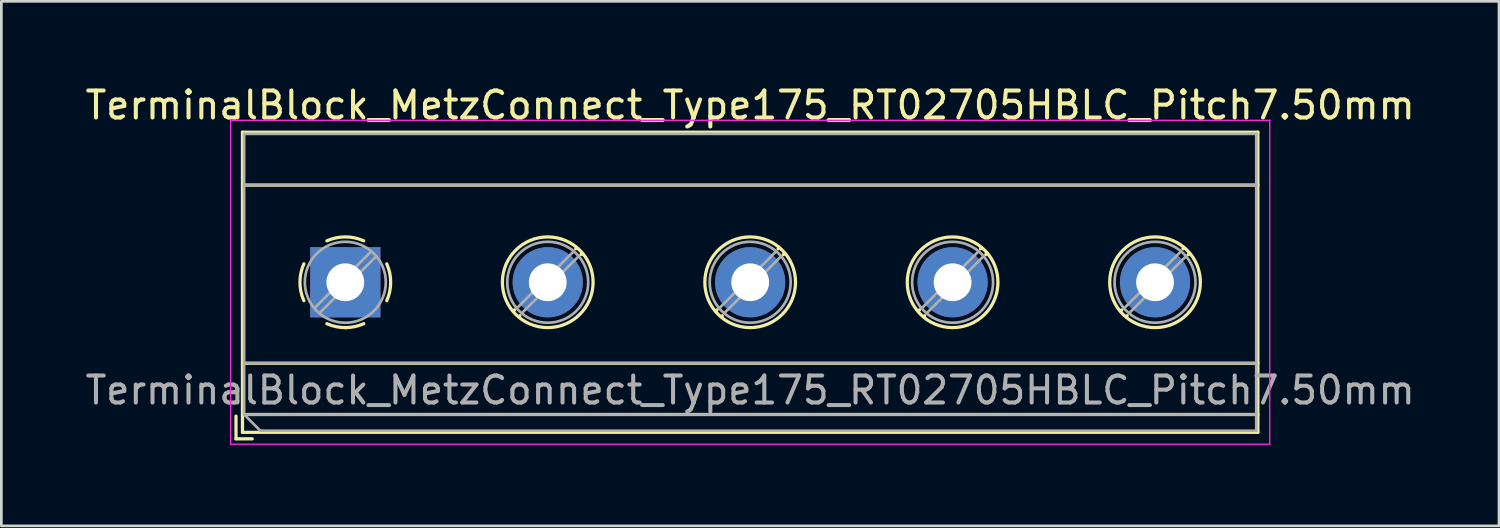
<source format=kicad_pcb>
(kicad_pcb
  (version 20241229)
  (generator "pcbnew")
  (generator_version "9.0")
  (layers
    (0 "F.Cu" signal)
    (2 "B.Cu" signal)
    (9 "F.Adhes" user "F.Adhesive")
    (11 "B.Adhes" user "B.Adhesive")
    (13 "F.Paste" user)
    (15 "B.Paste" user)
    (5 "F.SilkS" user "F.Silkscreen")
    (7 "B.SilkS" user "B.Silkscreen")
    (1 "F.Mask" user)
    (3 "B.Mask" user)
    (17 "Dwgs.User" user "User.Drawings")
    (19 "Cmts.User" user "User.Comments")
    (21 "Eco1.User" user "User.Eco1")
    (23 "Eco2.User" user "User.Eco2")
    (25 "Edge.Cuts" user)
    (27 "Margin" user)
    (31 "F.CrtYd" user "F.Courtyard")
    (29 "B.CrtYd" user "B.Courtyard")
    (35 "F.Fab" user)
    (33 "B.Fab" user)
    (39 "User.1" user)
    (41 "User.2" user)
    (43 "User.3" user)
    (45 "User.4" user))
  (footprint "TerminalBlock_MetzConnect_Type175_RT02705HBLC_Pitch7.50mm"
    (layer "F.Cu")
    (at 9.744 7.408)
    (property "Reference" "TerminalBlock_MetzConnect_Type175_RT02705HBLC_Pitch7.50mm" (at 15 -6.56 0) (layer "F.SilkS") (effects (font (size 1 1) (thickness 0.15))))
    (attr through_hole)
    (fp_line (start -4.05 4.96) (end -4.05 5.8) (stroke (width 0.12) (type solid)) (layer "F.SilkS"))
    (fp_line (start -4.05 5.8) (end -3.45 5.8) (stroke (width 0.12) (type solid)) (layer "F.SilkS"))
    (fp_line (start -3.81 -5.56) (end -3.81 5.56) (stroke (width 0.12) (type solid)) (layer "F.SilkS"))
    (fp_line (start -3.81 -3.6) (end 33.81 -3.6) (stroke (width 0.12) (type solid)) (layer "F.SilkS"))
    (fp_line (start -3.81 3) (end 33.81 3) (stroke (width 0.12) (type solid)) (layer "F.SilkS"))
    (fp_line (start -3.81 4.9) (end 33.81 4.9) (stroke (width 0.12) (type solid)) (layer "F.SilkS"))
    (fp_line (start -3.81 5.56) (end 33.81 5.56) (stroke (width 0.12) (type solid)) (layer "F.SilkS"))
    (fp_line (start 6.273 1.023) (end 6.226 1.069) (stroke (width 0.12) (type solid)) (layer "F.SilkS"))
    (fp_line (start 6.466 1.239) (end 6.431 1.274) (stroke (width 0.12) (type solid)) (layer "F.SilkS"))
    (fp_line (start 8.57 -1.275) (end 8.535 -1.239) (stroke (width 0.12) (type solid)) (layer "F.SilkS"))
    (fp_line (start 8.775 -1.069) (end 8.728 -1.023) (stroke (width 0.12) (type solid)) (layer "F.SilkS"))
    (fp_line (start 13.773 1.023) (end 13.726 1.069) (stroke (width 0.12) (type solid)) (layer "F.SilkS"))
    (fp_line (start 13.966 1.239) (end 13.931 1.274) (stroke (width 0.12) (type solid)) (layer "F.SilkS"))
    (fp_line (start 16.07 -1.275) (end 16.035 -1.239) (stroke (width 0.12) (type solid)) (layer "F.SilkS"))
    (fp_line (start 16.275 -1.069) (end 16.228 -1.023) (stroke (width 0.12) (type solid)) (layer "F.SilkS"))
    (fp_line (start 21.273 1.023) (end 21.226 1.069) (stroke (width 0.12) (type solid)) (layer "F.SilkS"))
    (fp_line (start 21.466 1.239) (end 21.431 1.274) (stroke (width 0.12) (type solid)) (layer "F.SilkS"))
    (fp_line (start 23.57 -1.275) (end 23.535 -1.239) (stroke (width 0.12) (type solid)) (layer "F.SilkS"))
    (fp_line (start 23.775 -1.069) (end 23.728 -1.023) (stroke (width 0.12) (type solid)) (layer "F.SilkS"))
    (fp_line (start 28.773 1.023) (end 28.726 1.069) (stroke (width 0.12) (type solid)) (layer "F.SilkS"))
    (fp_line (start 28.966 1.239) (end 28.931 1.274) (stroke (width 0.12) (type solid)) (layer "F.SilkS"))
    (fp_line (start 31.07 -1.275) (end 31.035 -1.239) (stroke (width 0.12) (type solid)) (layer "F.SilkS"))
    (fp_line (start 31.275 -1.069) (end 31.228 -1.023) (stroke (width 0.12) (type solid)) (layer "F.SilkS"))
    (fp_line (start 33.81 -5.56) (end -3.81 -5.56) (stroke (width 0.12) (type solid)) (layer "F.SilkS"))
    (fp_line (start 33.81 5.56) (end 33.81 -5.56) (stroke (width 0.12) (type solid)) (layer "F.SilkS"))
    (fp_arc (start -1.535427 0.683042) (mid -1.680501 -0.000524) (end -1.535 -0.684) (stroke (width 0.12) (type solid)) (layer "F.SilkS"))
    (fp_arc (start -0.683042 -1.535427) (mid 0.000524 -1.680501) (end 0.684 -1.535) (stroke (width 0.12) (type solid)) (layer "F.SilkS"))
    (fp_arc (start 0.028805 1.680253) (mid -0.335551 1.646659) (end -0.684 1.535) (stroke (width 0.12) (type solid)) (layer "F.SilkS"))
    (fp_arc (start 0.683318 1.534756) (mid 0.349292 1.643288) (end 0 1.68) (stroke (width 0.12) (type solid)) (layer "F.SilkS"))
    (fp_arc (start 1.535427 -0.683042) (mid 1.680501 0.000524) (end 1.535 0.684) (stroke (width 0.12) (type solid)) (layer "F.SilkS"))
    (fp_circle (center 7.5 0) (end 9.18 0) (stroke (width 0.12) (type solid)) (fill no) (layer "F.SilkS"))
    (fp_circle (center 15 0) (end 16.68 0) (stroke (width 0.12) (type solid)) (fill no) (layer "F.SilkS"))
    (fp_circle (center 22.5 0) (end 24.18 0) (stroke (width 0.12) (type solid)) (fill no) (layer "F.SilkS"))
    (fp_circle (center 30 0) (end 31.68 0) (stroke (width 0.12) (type solid)) (fill no) (layer "F.SilkS"))
    (fp_line (start -4.25 -6) (end -4.25 6) (stroke (width 0.05) (type solid)) (layer "F.CrtYd"))
    (fp_line (start -4.25 6) (end 34.25 6) (stroke (width 0.05) (type solid)) (layer "F.CrtYd"))
    (fp_line (start 34.25 -6) (end -4.25 -6) (stroke (width 0.05) (type solid)) (layer "F.CrtYd"))
    (fp_line (start 34.25 6) (end 34.25 -6) (stroke (width 0.05) (type solid)) (layer "F.CrtYd"))
    (fp_line (start -3.75 -5.5) (end 33.75 -5.5) (stroke (width 0.1) (type solid)) (layer "F.Fab"))
    (fp_line (start -3.75 -3.6) (end 33.75 -3.6) (stroke (width 0.1) (type solid)) (layer "F.Fab"))
    (fp_line (start -3.75 3) (end 33.75 3) (stroke (width 0.1) (type solid)) (layer "F.Fab"))
    (fp_line (start -3.75 4.9) (end -3.75 -5.5) (stroke (width 0.1) (type solid)) (layer "F.Fab"))
    (fp_line (start -3.75 4.9) (end 33.75 4.9) (stroke (width 0.1) (type solid)) (layer "F.Fab"))
    (fp_line (start -3.15 5.5) (end -3.75 4.9) (stroke (width 0.1) (type solid)) (layer "F.Fab"))
    (fp_line (start 0.955 -1.138) (end -1.138 0.955) (stroke (width 0.1) (type solid)) (layer "F.Fab"))
    (fp_line (start 1.138 -0.955) (end -0.955 1.138) (stroke (width 0.1) (type solid)) (layer "F.Fab"))
    (fp_line (start 8.455 -1.138) (end 6.363 0.955) (stroke (width 0.1) (type solid)) (layer "F.Fab"))
    (fp_line (start 8.638 -0.955) (end 6.546 1.138) (stroke (width 0.1) (type solid)) (layer "F.Fab"))
    (fp_line (start 15.955 -1.138) (end 13.863 0.955) (stroke (width 0.1) (type solid)) (layer "F.Fab"))
    (fp_line (start 16.138 -0.955) (end 14.046 1.138) (stroke (width 0.1) (type solid)) (layer "F.Fab"))
    (fp_line (start 23.455 -1.138) (end 21.363 0.955) (stroke (width 0.1) (type solid)) (layer "F.Fab"))
    (fp_line (start 23.638 -0.955) (end 21.546 1.138) (stroke (width 0.1) (type solid)) (layer "F.Fab"))
    (fp_line (start 30.955 -1.138) (end 28.863 0.955) (stroke (width 0.1) (type solid)) (layer "F.Fab"))
    (fp_line (start 31.138 -0.955) (end 29.046 1.138) (stroke (width 0.1) (type solid)) (layer "F.Fab"))
    (fp_line (start 33.75 -5.5) (end 33.75 5.5) (stroke (width 0.1) (type solid)) (layer "F.Fab"))
    (fp_line (start 33.75 5.5) (end -3.15 5.5) (stroke (width 0.1) (type solid)) (layer "F.Fab"))
    (fp_circle (center 0 0) (end 1.5 0) (stroke (width 0.1) (type solid)) (fill no) (layer "F.Fab"))
    (fp_circle (center 7.5 0) (end 9 0) (stroke (width 0.1) (type solid)) (fill no) (layer "F.Fab"))
    (fp_circle (center 15 0) (end 16.5 0) (stroke (width 0.1) (type solid)) (fill no) (layer "F.Fab"))
    (fp_circle (center 22.5 0) (end 24 0) (stroke (width 0.1) (type solid)) (fill no) (layer "F.Fab"))
    (fp_circle (center 30 0) (end 31.5 0) (stroke (width 0.1) (type solid)) (fill no) (layer "F.Fab"))
    (fp_text user "${REFERENCE}" (at 15 4 0) (layer "F.Fab") (effects (font (size 1 1) (thickness 0.15))))
    (pad "1" thru_hole rect (at 0 0) (size 2.6 2.6) (drill 1.4) (layers "*.Cu" "*.Mask"))
    (pad "2" thru_hole circle (at 7.5 0) (size 2.6 2.6) (drill 1.4) (layers "*.Cu" "*.Mask"))
    (pad "3" thru_hole circle (at 15 0) (size 2.6 2.6) (drill 1.4) (layers "*.Cu" "*.Mask"))
    (pad "4" thru_hole circle (at 22.5 0) (size 2.6 2.6) (drill 1.4) (layers "*.Cu" "*.Mask"))
    (pad "5" thru_hole circle (at 30 0) (size 2.6 2.6) (drill 1.4) (layers "*.Cu" "*.Mask")))
  (gr_rect
    (start -3 -3)
    (end 52.488 16.433)
    (stroke (width 0.1) (type default))
    (fill no)
    (layer "Edge.Cuts")))
</source>
